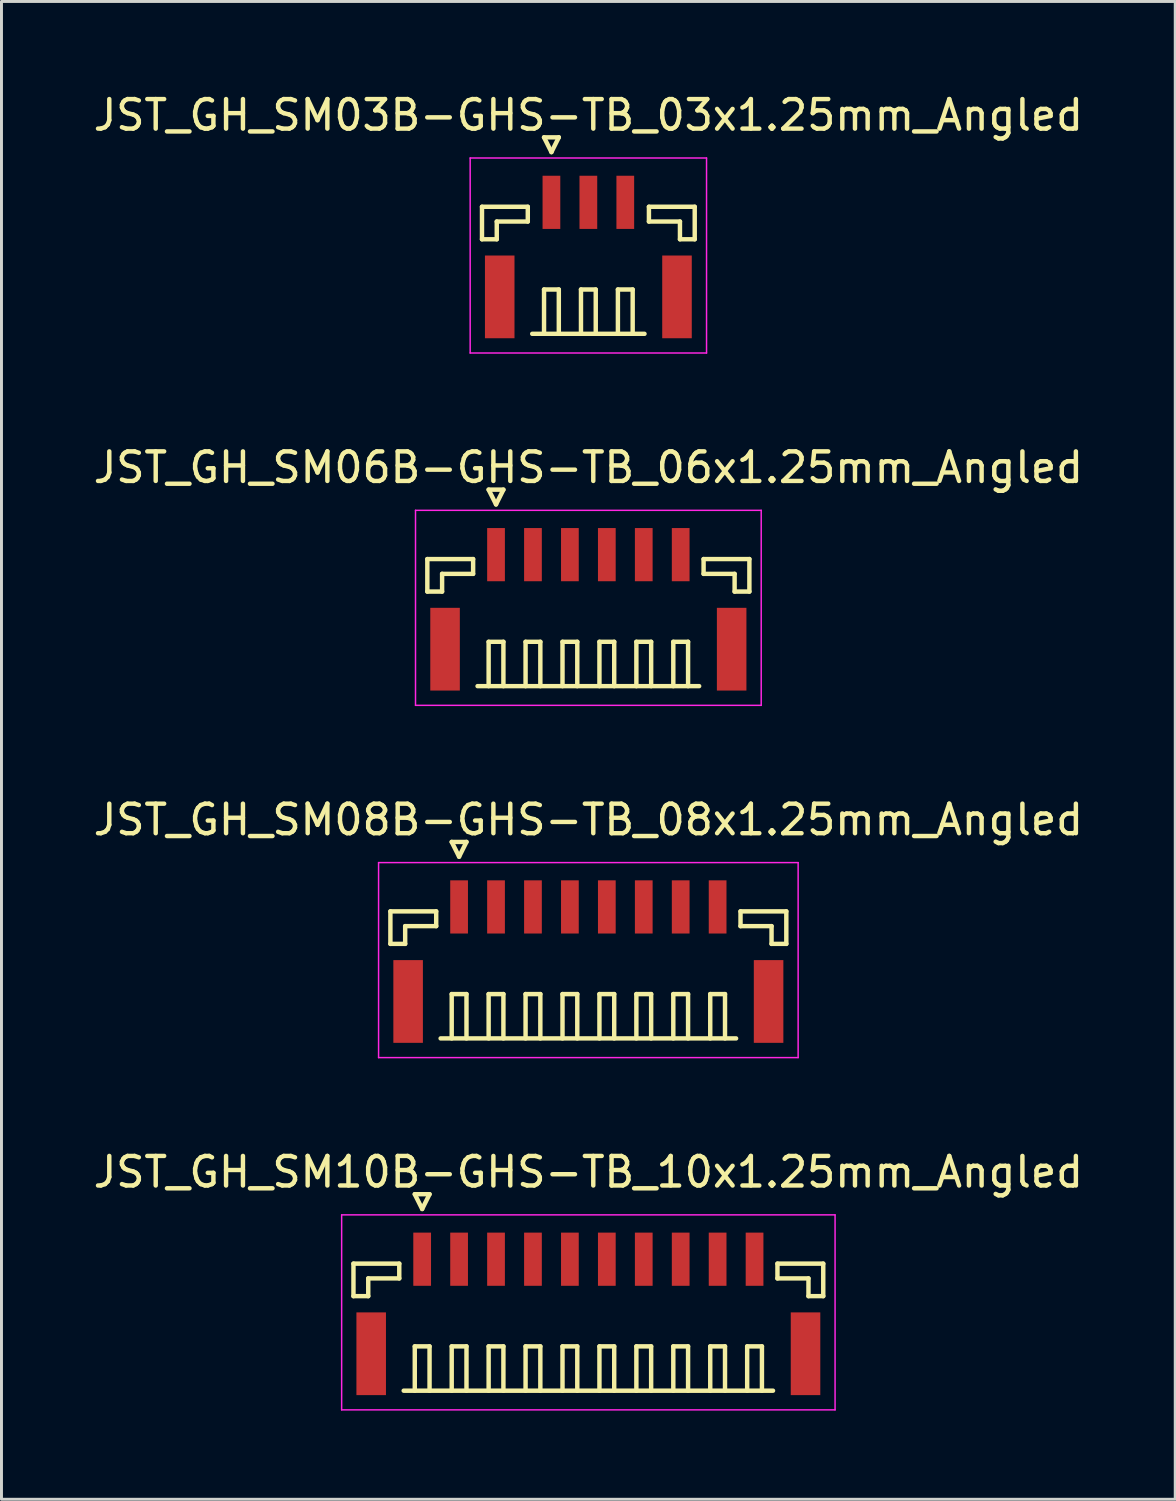
<source format=kicad_pcb>
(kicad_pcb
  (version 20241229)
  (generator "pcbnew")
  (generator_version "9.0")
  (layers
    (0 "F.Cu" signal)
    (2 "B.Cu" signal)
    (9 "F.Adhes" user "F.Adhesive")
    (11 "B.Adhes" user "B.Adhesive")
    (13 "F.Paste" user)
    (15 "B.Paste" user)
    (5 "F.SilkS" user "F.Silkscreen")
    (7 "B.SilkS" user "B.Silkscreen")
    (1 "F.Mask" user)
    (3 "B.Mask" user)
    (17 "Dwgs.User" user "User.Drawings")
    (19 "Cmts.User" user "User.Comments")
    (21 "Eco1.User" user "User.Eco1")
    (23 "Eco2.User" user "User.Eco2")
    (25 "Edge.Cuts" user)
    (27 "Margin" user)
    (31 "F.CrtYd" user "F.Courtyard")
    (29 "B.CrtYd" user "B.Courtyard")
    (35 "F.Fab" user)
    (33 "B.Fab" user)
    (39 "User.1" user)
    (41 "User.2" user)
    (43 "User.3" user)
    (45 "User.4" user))
  (footprint "JST_GH_SM06B-GHS-TB_06x1.25mm_Angled"
    (layer "F.Cu")
    (at 16.863 17.322)
    (property "Reference" "JST_GH_SM06B-GHS-TB_06x1.25mm_Angled" (at 0 -4.55 0) (layer "F.SilkS") (effects (font (size 1 1) (thickness 0.15))))
    (attr smd)
    (fp_line (start -5.45 -1.45) (end -3.9 -1.45) (stroke (width 0.15) (type solid)) (layer "F.SilkS"))
    (fp_line (start -5.45 -0.35) (end -5.45 -1.45) (stroke (width 0.15) (type solid)) (layer "F.SilkS"))
    (fp_line (start -4.95 -0.95) (end -4.95 -0.35) (stroke (width 0.15) (type solid)) (layer "F.SilkS"))
    (fp_line (start -4.95 -0.35) (end -5.45 -0.35) (stroke (width 0.15) (type solid)) (layer "F.SilkS"))
    (fp_line (start -3.9 -1.45) (end -3.9 -0.95) (stroke (width 0.15) (type solid)) (layer "F.SilkS"))
    (fp_line (start -3.9 -0.95) (end -4.95 -0.95) (stroke (width 0.15) (type solid)) (layer "F.SilkS"))
    (fp_line (start -3.75 2.85) (end 3.75 2.85) (stroke (width 0.15) (type solid)) (layer "F.SilkS"))
    (fp_line (start -3.375 -3.8) (end -2.875 -3.8) (stroke (width 0.15) (type solid)) (layer "F.SilkS"))
    (fp_line (start -3.375 1.35) (end -2.875 1.35) (stroke (width 0.15) (type solid)) (layer "F.SilkS"))
    (fp_line (start -3.375 2.85) (end -3.375 1.35) (stroke (width 0.15) (type solid)) (layer "F.SilkS"))
    (fp_line (start -3.125 -3.3) (end -3.375 -3.8) (stroke (width 0.15) (type solid)) (layer "F.SilkS"))
    (fp_line (start -2.875 -3.8) (end -3.125 -3.3) (stroke (width 0.15) (type solid)) (layer "F.SilkS"))
    (fp_line (start -2.875 1.35) (end -2.875 2.85) (stroke (width 0.15) (type solid)) (layer "F.SilkS"))
    (fp_line (start -2.125 1.35) (end -1.625 1.35) (stroke (width 0.15) (type solid)) (layer "F.SilkS"))
    (fp_line (start -2.125 2.85) (end -2.125 1.35) (stroke (width 0.15) (type solid)) (layer "F.SilkS"))
    (fp_line (start -1.625 1.35) (end -1.625 2.85) (stroke (width 0.15) (type solid)) (layer "F.SilkS"))
    (fp_line (start -0.875 1.35) (end -0.375 1.35) (stroke (width 0.15) (type solid)) (layer "F.SilkS"))
    (fp_line (start -0.875 2.85) (end -0.875 1.35) (stroke (width 0.15) (type solid)) (layer "F.SilkS"))
    (fp_line (start -0.375 1.35) (end -0.375 2.85) (stroke (width 0.15) (type solid)) (layer "F.SilkS"))
    (fp_line (start 0.375 1.35) (end 0.875 1.35) (stroke (width 0.15) (type solid)) (layer "F.SilkS"))
    (fp_line (start 0.375 2.85) (end 0.375 1.35) (stroke (width 0.15) (type solid)) (layer "F.SilkS"))
    (fp_line (start 0.875 1.35) (end 0.875 2.85) (stroke (width 0.15) (type solid)) (layer "F.SilkS"))
    (fp_line (start 1.625 1.35) (end 2.125 1.35) (stroke (width 0.15) (type solid)) (layer "F.SilkS"))
    (fp_line (start 1.625 2.85) (end 1.625 1.35) (stroke (width 0.15) (type solid)) (layer "F.SilkS"))
    (fp_line (start 2.125 1.35) (end 2.125 2.85) (stroke (width 0.15) (type solid)) (layer "F.SilkS"))
    (fp_line (start 2.875 1.35) (end 3.375 1.35) (stroke (width 0.15) (type solid)) (layer "F.SilkS"))
    (fp_line (start 2.875 2.85) (end 2.875 1.35) (stroke (width 0.15) (type solid)) (layer "F.SilkS"))
    (fp_line (start 3.375 1.35) (end 3.375 2.85) (stroke (width 0.15) (type solid)) (layer "F.SilkS"))
    (fp_line (start 3.9 -1.45) (end 3.9 -0.95) (stroke (width 0.15) (type solid)) (layer "F.SilkS"))
    (fp_line (start 3.9 -0.95) (end 4.95 -0.95) (stroke (width 0.15) (type solid)) (layer "F.SilkS"))
    (fp_line (start 4.95 -0.95) (end 4.95 -0.35) (stroke (width 0.15) (type solid)) (layer "F.SilkS"))
    (fp_line (start 4.95 -0.35) (end 5.45 -0.35) (stroke (width 0.15) (type solid)) (layer "F.SilkS"))
    (fp_line (start 5.45 -1.45) (end 3.9 -1.45) (stroke (width 0.15) (type solid)) (layer "F.SilkS"))
    (fp_line (start 5.45 -0.35) (end 5.45 -1.45) (stroke (width 0.15) (type solid)) (layer "F.SilkS"))
    (fp_line (start -5.85 -3.1) (end -5.85 3.5) (stroke (width 0.05) (type solid)) (layer "F.CrtYd"))
    (fp_line (start -5.85 3.5) (end 5.85 3.5) (stroke (width 0.05) (type solid)) (layer "F.CrtYd"))
    (fp_line (start 5.85 -3.1) (end -5.85 -3.1) (stroke (width 0.05) (type solid)) (layer "F.CrtYd"))
    (fp_line (start 5.85 3.5) (end 5.85 -3.1) (stroke (width 0.05) (type solid)) (layer "F.CrtYd"))
    (pad "" smd rect (at -4.85 1.6) (size 1 2.8) (layers "F.Cu" "F.Mask" "F.Paste"))
    (pad "" smd rect (at 4.85 1.6) (size 1 2.8) (layers "F.Cu" "F.Mask" "F.Paste"))
    (pad "1" smd rect (at -3.125 -1.6) (size 0.6 1.8) (layers "F.Cu" "F.Mask" "F.Paste"))
    (pad "2" smd rect (at -1.875 -1.6) (size 0.6 1.8) (layers "F.Cu" "F.Mask" "F.Paste"))
    (pad "3" smd rect (at -0.625 -1.6) (size 0.6 1.8) (layers "F.Cu" "F.Mask" "F.Paste"))
    (pad "4" smd rect (at 0.625 -1.6) (size 0.6 1.8) (layers "F.Cu" "F.Mask" "F.Paste"))
    (pad "5" smd rect (at 1.875 -1.6) (size 0.6 1.8) (layers "F.Cu" "F.Mask" "F.Paste"))
    (pad "6" smd rect (at 3.125 -1.6) (size 0.6 1.8) (layers "F.Cu" "F.Mask" "F.Paste")))
  (footprint "JST_GH_SM10B-GHS-TB_10x1.25mm_Angled"
    (layer "F.Cu")
    (at 16.863 41.168)
    (property "Reference" "JST_GH_SM10B-GHS-TB_10x1.25mm_Angled" (at 0 -4.55 0) (layer "F.SilkS") (effects (font (size 1 1) (thickness 0.15))))
    (attr smd)
    (fp_line (start -7.95 -1.45) (end -6.4 -1.45) (stroke (width 0.15) (type solid)) (layer "F.SilkS"))
    (fp_line (start -7.95 -0.35) (end -7.95 -1.45) (stroke (width 0.15) (type solid)) (layer "F.SilkS"))
    (fp_line (start -7.45 -0.95) (end -7.45 -0.35) (stroke (width 0.15) (type solid)) (layer "F.SilkS"))
    (fp_line (start -7.45 -0.35) (end -7.95 -0.35) (stroke (width 0.15) (type solid)) (layer "F.SilkS"))
    (fp_line (start -6.4 -1.45) (end -6.4 -0.95) (stroke (width 0.15) (type solid)) (layer "F.SilkS"))
    (fp_line (start -6.4 -0.95) (end -7.45 -0.95) (stroke (width 0.15) (type solid)) (layer "F.SilkS"))
    (fp_line (start -6.25 2.85) (end 6.25 2.85) (stroke (width 0.15) (type solid)) (layer "F.SilkS"))
    (fp_line (start -5.875 -3.8) (end -5.375 -3.8) (stroke (width 0.15) (type solid)) (layer "F.SilkS"))
    (fp_line (start -5.875 1.35) (end -5.375 1.35) (stroke (width 0.15) (type solid)) (layer "F.SilkS"))
    (fp_line (start -5.875 2.85) (end -5.875 1.35) (stroke (width 0.15) (type solid)) (layer "F.SilkS"))
    (fp_line (start -5.625 -3.3) (end -5.875 -3.8) (stroke (width 0.15) (type solid)) (layer "F.SilkS"))
    (fp_line (start -5.375 -3.8) (end -5.625 -3.3) (stroke (width 0.15) (type solid)) (layer "F.SilkS"))
    (fp_line (start -5.375 1.35) (end -5.375 2.85) (stroke (width 0.15) (type solid)) (layer "F.SilkS"))
    (fp_line (start -4.625 1.35) (end -4.125 1.35) (stroke (width 0.15) (type solid)) (layer "F.SilkS"))
    (fp_line (start -4.625 2.85) (end -4.625 1.35) (stroke (width 0.15) (type solid)) (layer "F.SilkS"))
    (fp_line (start -4.125 1.35) (end -4.125 2.85) (stroke (width 0.15) (type solid)) (layer "F.SilkS"))
    (fp_line (start -3.375 1.35) (end -2.875 1.35) (stroke (width 0.15) (type solid)) (layer "F.SilkS"))
    (fp_line (start -3.375 2.85) (end -3.375 1.35) (stroke (width 0.15) (type solid)) (layer "F.SilkS"))
    (fp_line (start -2.875 1.35) (end -2.875 2.85) (stroke (width 0.15) (type solid)) (layer "F.SilkS"))
    (fp_line (start -2.125 1.35) (end -1.625 1.35) (stroke (width 0.15) (type solid)) (layer "F.SilkS"))
    (fp_line (start -2.125 2.85) (end -2.125 1.35) (stroke (width 0.15) (type solid)) (layer "F.SilkS"))
    (fp_line (start -1.625 1.35) (end -1.625 2.85) (stroke (width 0.15) (type solid)) (layer "F.SilkS"))
    (fp_line (start -0.875 1.35) (end -0.375 1.35) (stroke (width 0.15) (type solid)) (layer "F.SilkS"))
    (fp_line (start -0.875 2.85) (end -0.875 1.35) (stroke (width 0.15) (type solid)) (layer "F.SilkS"))
    (fp_line (start -0.375 1.35) (end -0.375 2.85) (stroke (width 0.15) (type solid)) (layer "F.SilkS"))
    (fp_line (start 0.375 1.35) (end 0.875 1.35) (stroke (width 0.15) (type solid)) (layer "F.SilkS"))
    (fp_line (start 0.375 2.85) (end 0.375 1.35) (stroke (width 0.15) (type solid)) (layer "F.SilkS"))
    (fp_line (start 0.875 1.35) (end 0.875 2.85) (stroke (width 0.15) (type solid)) (layer "F.SilkS"))
    (fp_line (start 1.625 1.35) (end 2.125 1.35) (stroke (width 0.15) (type solid)) (layer "F.SilkS"))
    (fp_line (start 1.625 2.85) (end 1.625 1.35) (stroke (width 0.15) (type solid)) (layer "F.SilkS"))
    (fp_line (start 2.125 1.35) (end 2.125 2.85) (stroke (width 0.15) (type solid)) (layer "F.SilkS"))
    (fp_line (start 2.875 1.35) (end 3.375 1.35) (stroke (width 0.15) (type solid)) (layer "F.SilkS"))
    (fp_line (start 2.875 2.85) (end 2.875 1.35) (stroke (width 0.15) (type solid)) (layer "F.SilkS"))
    (fp_line (start 3.375 1.35) (end 3.375 2.85) (stroke (width 0.15) (type solid)) (layer "F.SilkS"))
    (fp_line (start 4.125 1.35) (end 4.625 1.35) (stroke (width 0.15) (type solid)) (layer "F.SilkS"))
    (fp_line (start 4.125 2.85) (end 4.125 1.35) (stroke (width 0.15) (type solid)) (layer "F.SilkS"))
    (fp_line (start 4.625 1.35) (end 4.625 2.85) (stroke (width 0.15) (type solid)) (layer "F.SilkS"))
    (fp_line (start 5.375 1.35) (end 5.875 1.35) (stroke (width 0.15) (type solid)) (layer "F.SilkS"))
    (fp_line (start 5.375 2.85) (end 5.375 1.35) (stroke (width 0.15) (type solid)) (layer "F.SilkS"))
    (fp_line (start 5.875 1.35) (end 5.875 2.85) (stroke (width 0.15) (type solid)) (layer "F.SilkS"))
    (fp_line (start 6.4 -1.45) (end 6.4 -0.95) (stroke (width 0.15) (type solid)) (layer "F.SilkS"))
    (fp_line (start 6.4 -0.95) (end 7.45 -0.95) (stroke (width 0.15) (type solid)) (layer "F.SilkS"))
    (fp_line (start 7.45 -0.95) (end 7.45 -0.35) (stroke (width 0.15) (type solid)) (layer "F.SilkS"))
    (fp_line (start 7.45 -0.35) (end 7.95 -0.35) (stroke (width 0.15) (type solid)) (layer "F.SilkS"))
    (fp_line (start 7.95 -1.45) (end 6.4 -1.45) (stroke (width 0.15) (type solid)) (layer "F.SilkS"))
    (fp_line (start 7.95 -0.35) (end 7.95 -1.45) (stroke (width 0.15) (type solid)) (layer "F.SilkS"))
    (fp_line (start -8.35 -3.1) (end -8.35 3.5) (stroke (width 0.05) (type solid)) (layer "F.CrtYd"))
    (fp_line (start -8.35 3.5) (end 8.35 3.5) (stroke (width 0.05) (type solid)) (layer "F.CrtYd"))
    (fp_line (start 8.35 -3.1) (end -8.35 -3.1) (stroke (width 0.05) (type solid)) (layer "F.CrtYd"))
    (fp_line (start 8.35 3.5) (end 8.35 -3.1) (stroke (width 0.05) (type solid)) (layer "F.CrtYd"))
    (pad "" smd rect (at -7.35 1.6) (size 1 2.8) (layers "F.Cu" "F.Mask" "F.Paste"))
    (pad "" smd rect (at 7.35 1.6) (size 1 2.8) (layers "F.Cu" "F.Mask" "F.Paste"))
    (pad "1" smd rect (at -5.625 -1.6) (size 0.6 1.8) (layers "F.Cu" "F.Mask" "F.Paste"))
    (pad "2" smd rect (at -4.375 -1.6) (size 0.6 1.8) (layers "F.Cu" "F.Mask" "F.Paste"))
    (pad "3" smd rect (at -3.125 -1.6) (size 0.6 1.8) (layers "F.Cu" "F.Mask" "F.Paste"))
    (pad "4" smd rect (at -1.875 -1.6) (size 0.6 1.8) (layers "F.Cu" "F.Mask" "F.Paste"))
    (pad "5" smd rect (at -0.625 -1.6) (size 0.6 1.8) (layers "F.Cu" "F.Mask" "F.Paste"))
    (pad "6" smd rect (at 0.625 -1.6) (size 0.6 1.8) (layers "F.Cu" "F.Mask" "F.Paste"))
    (pad "7" smd rect (at 1.875 -1.6) (size 0.6 1.8) (layers "F.Cu" "F.Mask" "F.Paste"))
    (pad "8" smd rect (at 3.125 -1.6) (size 0.6 1.8) (layers "F.Cu" "F.Mask" "F.Paste"))
    (pad "9" smd rect (at 4.375 -1.6) (size 0.6 1.8) (layers "F.Cu" "F.Mask" "F.Paste"))
    (pad "10" smd rect (at 5.625 -1.6) (size 0.6 1.8) (layers "F.Cu" "F.Mask" "F.Paste")))
  (footprint "JST_GH_SM03B-GHS-TB_03x1.25mm_Angled"
    (layer "F.Cu")
    (at 16.863 5.398)
    (property "Reference" "JST_GH_SM03B-GHS-TB_03x1.25mm_Angled" (at 0 -4.55 0) (layer "F.SilkS") (effects (font (size 1 1) (thickness 0.15))))
    (attr smd)
    (fp_line (start -3.6 -1.45) (end -2.05 -1.45) (stroke (width 0.15) (type solid)) (layer "F.SilkS"))
    (fp_line (start -3.6 -0.35) (end -3.6 -1.45) (stroke (width 0.15) (type solid)) (layer "F.SilkS"))
    (fp_line (start -3.1 -0.95) (end -3.1 -0.35) (stroke (width 0.15) (type solid)) (layer "F.SilkS"))
    (fp_line (start -3.1 -0.35) (end -3.6 -0.35) (stroke (width 0.15) (type solid)) (layer "F.SilkS"))
    (fp_line (start -2.05 -1.45) (end -2.05 -0.95) (stroke (width 0.15) (type solid)) (layer "F.SilkS"))
    (fp_line (start -2.05 -0.95) (end -3.1 -0.95) (stroke (width 0.15) (type solid)) (layer "F.SilkS"))
    (fp_line (start -1.9 2.85) (end 1.9 2.85) (stroke (width 0.15) (type solid)) (layer "F.SilkS"))
    (fp_line (start -1.5 -3.8) (end -1 -3.8) (stroke (width 0.15) (type solid)) (layer "F.SilkS"))
    (fp_line (start -1.5 1.35) (end -1 1.35) (stroke (width 0.15) (type solid)) (layer "F.SilkS"))
    (fp_line (start -1.5 2.85) (end -1.5 1.35) (stroke (width 0.15) (type solid)) (layer "F.SilkS"))
    (fp_line (start -1.25 -3.3) (end -1.5 -3.8) (stroke (width 0.15) (type solid)) (layer "F.SilkS"))
    (fp_line (start -1 -3.8) (end -1.25 -3.3) (stroke (width 0.15) (type solid)) (layer "F.SilkS"))
    (fp_line (start -1 1.35) (end -1 2.85) (stroke (width 0.15) (type solid)) (layer "F.SilkS"))
    (fp_line (start -0.25 1.35) (end 0.25 1.35) (stroke (width 0.15) (type solid)) (layer "F.SilkS"))
    (fp_line (start -0.25 2.85) (end -0.25 1.35) (stroke (width 0.15) (type solid)) (layer "F.SilkS"))
    (fp_line (start 0.25 1.35) (end 0.25 2.85) (stroke (width 0.15) (type solid)) (layer "F.SilkS"))
    (fp_line (start 1 1.35) (end 1.5 1.35) (stroke (width 0.15) (type solid)) (layer "F.SilkS"))
    (fp_line (start 1 2.85) (end 1 1.35) (stroke (width 0.15) (type solid)) (layer "F.SilkS"))
    (fp_line (start 1.5 1.35) (end 1.5 2.85) (stroke (width 0.15) (type solid)) (layer "F.SilkS"))
    (fp_line (start 2.05 -1.45) (end 2.05 -0.95) (stroke (width 0.15) (type solid)) (layer "F.SilkS"))
    (fp_line (start 2.05 -0.95) (end 3.1 -0.95) (stroke (width 0.15) (type solid)) (layer "F.SilkS"))
    (fp_line (start 3.1 -0.95) (end 3.1 -0.35) (stroke (width 0.15) (type solid)) (layer "F.SilkS"))
    (fp_line (start 3.1 -0.35) (end 3.6 -0.35) (stroke (width 0.15) (type solid)) (layer "F.SilkS"))
    (fp_line (start 3.6 -1.45) (end 2.05 -1.45) (stroke (width 0.15) (type solid)) (layer "F.SilkS"))
    (fp_line (start 3.6 -0.35) (end 3.6 -1.45) (stroke (width 0.15) (type solid)) (layer "F.SilkS"))
    (fp_line (start -4 -3.1) (end -4 3.5) (stroke (width 0.05) (type solid)) (layer "F.CrtYd"))
    (fp_line (start -4 3.5) (end 4 3.5) (stroke (width 0.05) (type solid)) (layer "F.CrtYd"))
    (fp_line (start 4 -3.1) (end -4 -3.1) (stroke (width 0.05) (type solid)) (layer "F.CrtYd"))
    (fp_line (start 4 3.5) (end 4 -3.1) (stroke (width 0.05) (type solid)) (layer "F.CrtYd"))
    (pad "" smd rect (at -3 1.6) (size 1 2.8) (layers "F.Cu" "F.Mask" "F.Paste"))
    (pad "" smd rect (at 3 1.6) (size 1 2.8) (layers "F.Cu" "F.Mask" "F.Paste"))
    (pad "1" smd rect (at -1.25 -1.6) (size 0.6 1.8) (layers "F.Cu" "F.Mask" "F.Paste"))
    (pad "2" smd rect (at 0 -1.6) (size 0.6 1.8) (layers "F.Cu" "F.Mask" "F.Paste"))
    (pad "3" smd rect (at 1.25 -1.6) (size 0.6 1.8) (layers "F.Cu" "F.Mask" "F.Paste")))
  (footprint "JST_GH_SM08B-GHS-TB_08x1.25mm_Angled"
    (layer "F.Cu")
    (at 16.863 29.245)
    (property "Reference" "JST_GH_SM08B-GHS-TB_08x1.25mm_Angled" (at 0 -4.55 0) (layer "F.SilkS") (effects (font (size 1 1) (thickness 0.15))))
    (attr smd)
    (fp_line (start -6.7 -1.45) (end -5.15 -1.45) (stroke (width 0.15) (type solid)) (layer "F.SilkS"))
    (fp_line (start -6.7 -0.35) (end -6.7 -1.45) (stroke (width 0.15) (type solid)) (layer "F.SilkS"))
    (fp_line (start -6.2 -0.95) (end -6.2 -0.35) (stroke (width 0.15) (type solid)) (layer "F.SilkS"))
    (fp_line (start -6.2 -0.35) (end -6.7 -0.35) (stroke (width 0.15) (type solid)) (layer "F.SilkS"))
    (fp_line (start -5.15 -1.45) (end -5.15 -0.95) (stroke (width 0.15) (type solid)) (layer "F.SilkS"))
    (fp_line (start -5.15 -0.95) (end -6.2 -0.95) (stroke (width 0.15) (type solid)) (layer "F.SilkS"))
    (fp_line (start -5 2.85) (end 5 2.85) (stroke (width 0.15) (type solid)) (layer "F.SilkS"))
    (fp_line (start -4.625 -3.8) (end -4.125 -3.8) (stroke (width 0.15) (type solid)) (layer "F.SilkS"))
    (fp_line (start -4.625 1.35) (end -4.125 1.35) (stroke (width 0.15) (type solid)) (layer "F.SilkS"))
    (fp_line (start -4.625 2.85) (end -4.625 1.35) (stroke (width 0.15) (type solid)) (layer "F.SilkS"))
    (fp_line (start -4.375 -3.3) (end -4.625 -3.8) (stroke (width 0.15) (type solid)) (layer "F.SilkS"))
    (fp_line (start -4.125 -3.8) (end -4.375 -3.3) (stroke (width 0.15) (type solid)) (layer "F.SilkS"))
    (fp_line (start -4.125 1.35) (end -4.125 2.85) (stroke (width 0.15) (type solid)) (layer "F.SilkS"))
    (fp_line (start -3.375 1.35) (end -2.875 1.35) (stroke (width 0.15) (type solid)) (layer "F.SilkS"))
    (fp_line (start -3.375 2.85) (end -3.375 1.35) (stroke (width 0.15) (type solid)) (layer "F.SilkS"))
    (fp_line (start -2.875 1.35) (end -2.875 2.85) (stroke (width 0.15) (type solid)) (layer "F.SilkS"))
    (fp_line (start -2.125 1.35) (end -1.625 1.35) (stroke (width 0.15) (type solid)) (layer "F.SilkS"))
    (fp_line (start -2.125 2.85) (end -2.125 1.35) (stroke (width 0.15) (type solid)) (layer "F.SilkS"))
    (fp_line (start -1.625 1.35) (end -1.625 2.85) (stroke (width 0.15) (type solid)) (layer "F.SilkS"))
    (fp_line (start -0.875 1.35) (end -0.375 1.35) (stroke (width 0.15) (type solid)) (layer "F.SilkS"))
    (fp_line (start -0.875 2.85) (end -0.875 1.35) (stroke (width 0.15) (type solid)) (layer "F.SilkS"))
    (fp_line (start -0.375 1.35) (end -0.375 2.85) (stroke (width 0.15) (type solid)) (layer "F.SilkS"))
    (fp_line (start 0.375 1.35) (end 0.875 1.35) (stroke (width 0.15) (type solid)) (layer "F.SilkS"))
    (fp_line (start 0.375 2.85) (end 0.375 1.35) (stroke (width 0.15) (type solid)) (layer "F.SilkS"))
    (fp_line (start 0.875 1.35) (end 0.875 2.85) (stroke (width 0.15) (type solid)) (layer "F.SilkS"))
    (fp_line (start 1.625 1.35) (end 2.125 1.35) (stroke (width 0.15) (type solid)) (layer "F.SilkS"))
    (fp_line (start 1.625 2.85) (end 1.625 1.35) (stroke (width 0.15) (type solid)) (layer "F.SilkS"))
    (fp_line (start 2.125 1.35) (end 2.125 2.85) (stroke (width 0.15) (type solid)) (layer "F.SilkS"))
    (fp_line (start 2.875 1.35) (end 3.375 1.35) (stroke (width 0.15) (type solid)) (layer "F.SilkS"))
    (fp_line (start 2.875 2.85) (end 2.875 1.35) (stroke (width 0.15) (type solid)) (layer "F.SilkS"))
    (fp_line (start 3.375 1.35) (end 3.375 2.85) (stroke (width 0.15) (type solid)) (layer "F.SilkS"))
    (fp_line (start 4.125 1.35) (end 4.625 1.35) (stroke (width 0.15) (type solid)) (layer "F.SilkS"))
    (fp_line (start 4.125 2.85) (end 4.125 1.35) (stroke (width 0.15) (type solid)) (layer "F.SilkS"))
    (fp_line (start 4.625 1.35) (end 4.625 2.85) (stroke (width 0.15) (type solid)) (layer "F.SilkS"))
    (fp_line (start 5.15 -1.45) (end 5.15 -0.95) (stroke (width 0.15) (type solid)) (layer "F.SilkS"))
    (fp_line (start 5.15 -0.95) (end 6.2 -0.95) (stroke (width 0.15) (type solid)) (layer "F.SilkS"))
    (fp_line (start 6.2 -0.95) (end 6.2 -0.35) (stroke (width 0.15) (type solid)) (layer "F.SilkS"))
    (fp_line (start 6.2 -0.35) (end 6.7 -0.35) (stroke (width 0.15) (type solid)) (layer "F.SilkS"))
    (fp_line (start 6.7 -1.45) (end 5.15 -1.45) (stroke (width 0.15) (type solid)) (layer "F.SilkS"))
    (fp_line (start 6.7 -0.35) (end 6.7 -1.45) (stroke (width 0.15) (type solid)) (layer "F.SilkS"))
    (fp_line (start -7.1 -3.1) (end -7.1 3.5) (stroke (width 0.05) (type solid)) (layer "F.CrtYd"))
    (fp_line (start -7.1 3.5) (end 7.1 3.5) (stroke (width 0.05) (type solid)) (layer "F.CrtYd"))
    (fp_line (start 7.1 -3.1) (end -7.1 -3.1) (stroke (width 0.05) (type solid)) (layer "F.CrtYd"))
    (fp_line (start 7.1 3.5) (end 7.1 -3.1) (stroke (width 0.05) (type solid)) (layer "F.CrtYd"))
    (pad "" smd rect (at -6.1 1.6) (size 1 2.8) (layers "F.Cu" "F.Mask" "F.Paste"))
    (pad "" smd rect (at 6.1 1.6) (size 1 2.8) (layers "F.Cu" "F.Mask" "F.Paste"))
    (pad "1" smd rect (at -4.375 -1.6) (size 0.6 1.8) (layers "F.Cu" "F.Mask" "F.Paste"))
    (pad "2" smd rect (at -3.125 -1.6) (size 0.6 1.8) (layers "F.Cu" "F.Mask" "F.Paste"))
    (pad "3" smd rect (at -1.875 -1.6) (size 0.6 1.8) (layers "F.Cu" "F.Mask" "F.Paste"))
    (pad "4" smd rect (at -0.625 -1.6) (size 0.6 1.8) (layers "F.Cu" "F.Mask" "F.Paste"))
    (pad "5" smd rect (at 0.625 -1.6) (size 0.6 1.8) (layers "F.Cu" "F.Mask" "F.Paste"))
    (pad "6" smd rect (at 1.875 -1.6) (size 0.6 1.8) (layers "F.Cu" "F.Mask" "F.Paste"))
    (pad "7" smd rect (at 3.125 -1.6) (size 0.6 1.8) (layers "F.Cu" "F.Mask" "F.Paste"))
    (pad "8" smd rect (at 4.375 -1.6) (size 0.6 1.8) (layers "F.Cu" "F.Mask" "F.Paste")))
  (gr_rect
    (start -3 -3)
    (end 36.726 47.693)
    (stroke (width 0.1) (type default))
    (fill no)
    (layer "Edge.Cuts")))
</source>
